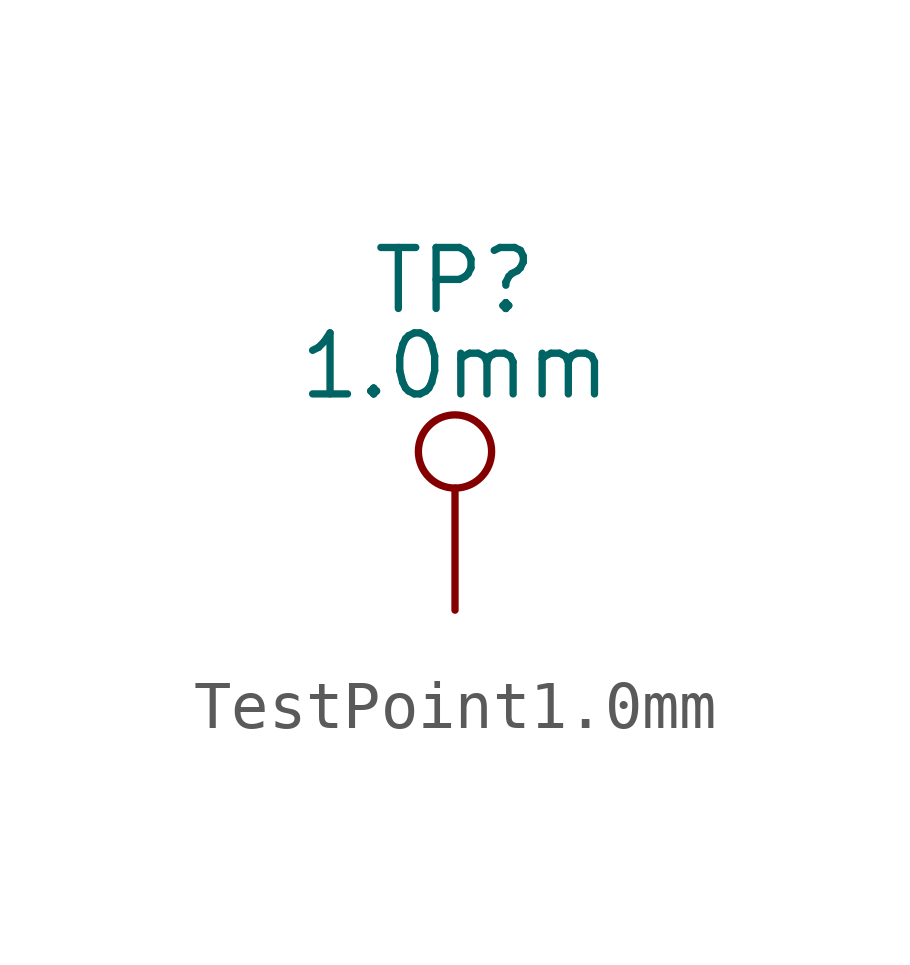
<source format=kicad_sym>
(kicad_symbol_lib
  (version 20241209)
  (generator "kicad_symbol_editor")
  (generator_version "9.0")
  (symbol "TestPoint1.0mm"
    (pin_numbers
      (hide yes))
    (pin_names
      (offset 0.762)
      (hide yes))
    (property "Reference" "TP"
      (at 0 6.858 0)
      (effects (font (size 1.27 1.27))))
    (property "Value" "1.0mm"
      (at 0 5.08 0)
      (effects (font (size 1.27 1.27))))
    (symbol "TestPoint1.0mm_0_1"
      (circle (center 0 3.302) (radius 0.762) (stroke (width 0) (type default)) (fill (type none))))
    (symbol "TestPoint1.0mm_1_1"
      (pin passive line (at 0 0 90) (length 2.54) (name "1" (effects (font (size 1.27 1.27)))) (number "1" (effects (font (size 1.27 1.27))))))))
</source>
